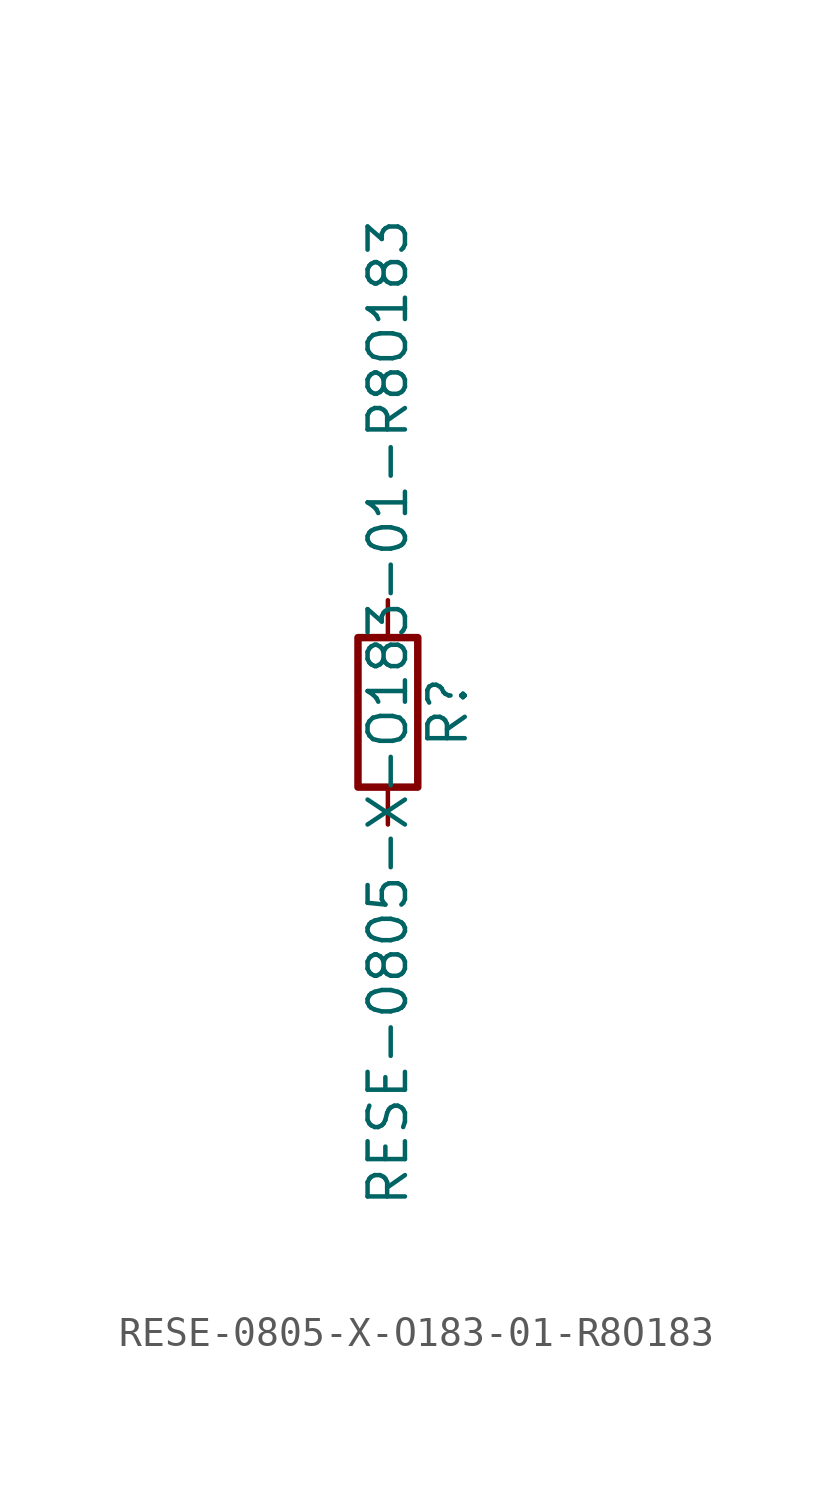
<source format=kicad_sym>
(kicad_symbol_lib
  (version 20211014)
  (generator kicad_symbol_editor)
  (symbol "RESE-0805-X-O183-01-R8O183"
    (pin_numbers hide)
    (pin_names
      (offset 0))
    (property "Reference" "R"
      (at 2.032 0 90)
      (effects (font (size 1.27 1.27))))
    (property "Value" "RESE-0805-X-O183-01-R8O183"
      (at 0 0 90)
      (effects (font (size 1.27 1.27))))
    (symbol "RESE-0805-X-O183-01-R8O183_0_1"
      (rectangle (start -1.016 -2.54) (end 1.016 2.54) (stroke (width 0.254) (type default) (color 0 0 0 0)) (fill (type none))))
    (symbol "RESE-0805-X-O183-01-R8O183_1_1"
      (pin passive line (at 0 3.81 270) (length 1.27) (name "~" (effects (font (size 1.27 1.27)))) (number "1" (effects (font (size 1.27 1.27)))))
      (pin passive line (at 0 -3.81 90) (length 1.27) (name "~" (effects (font (size 1.27 1.27)))) (number "2" (effects (font (size 1.27 1.27))))))))
</source>
